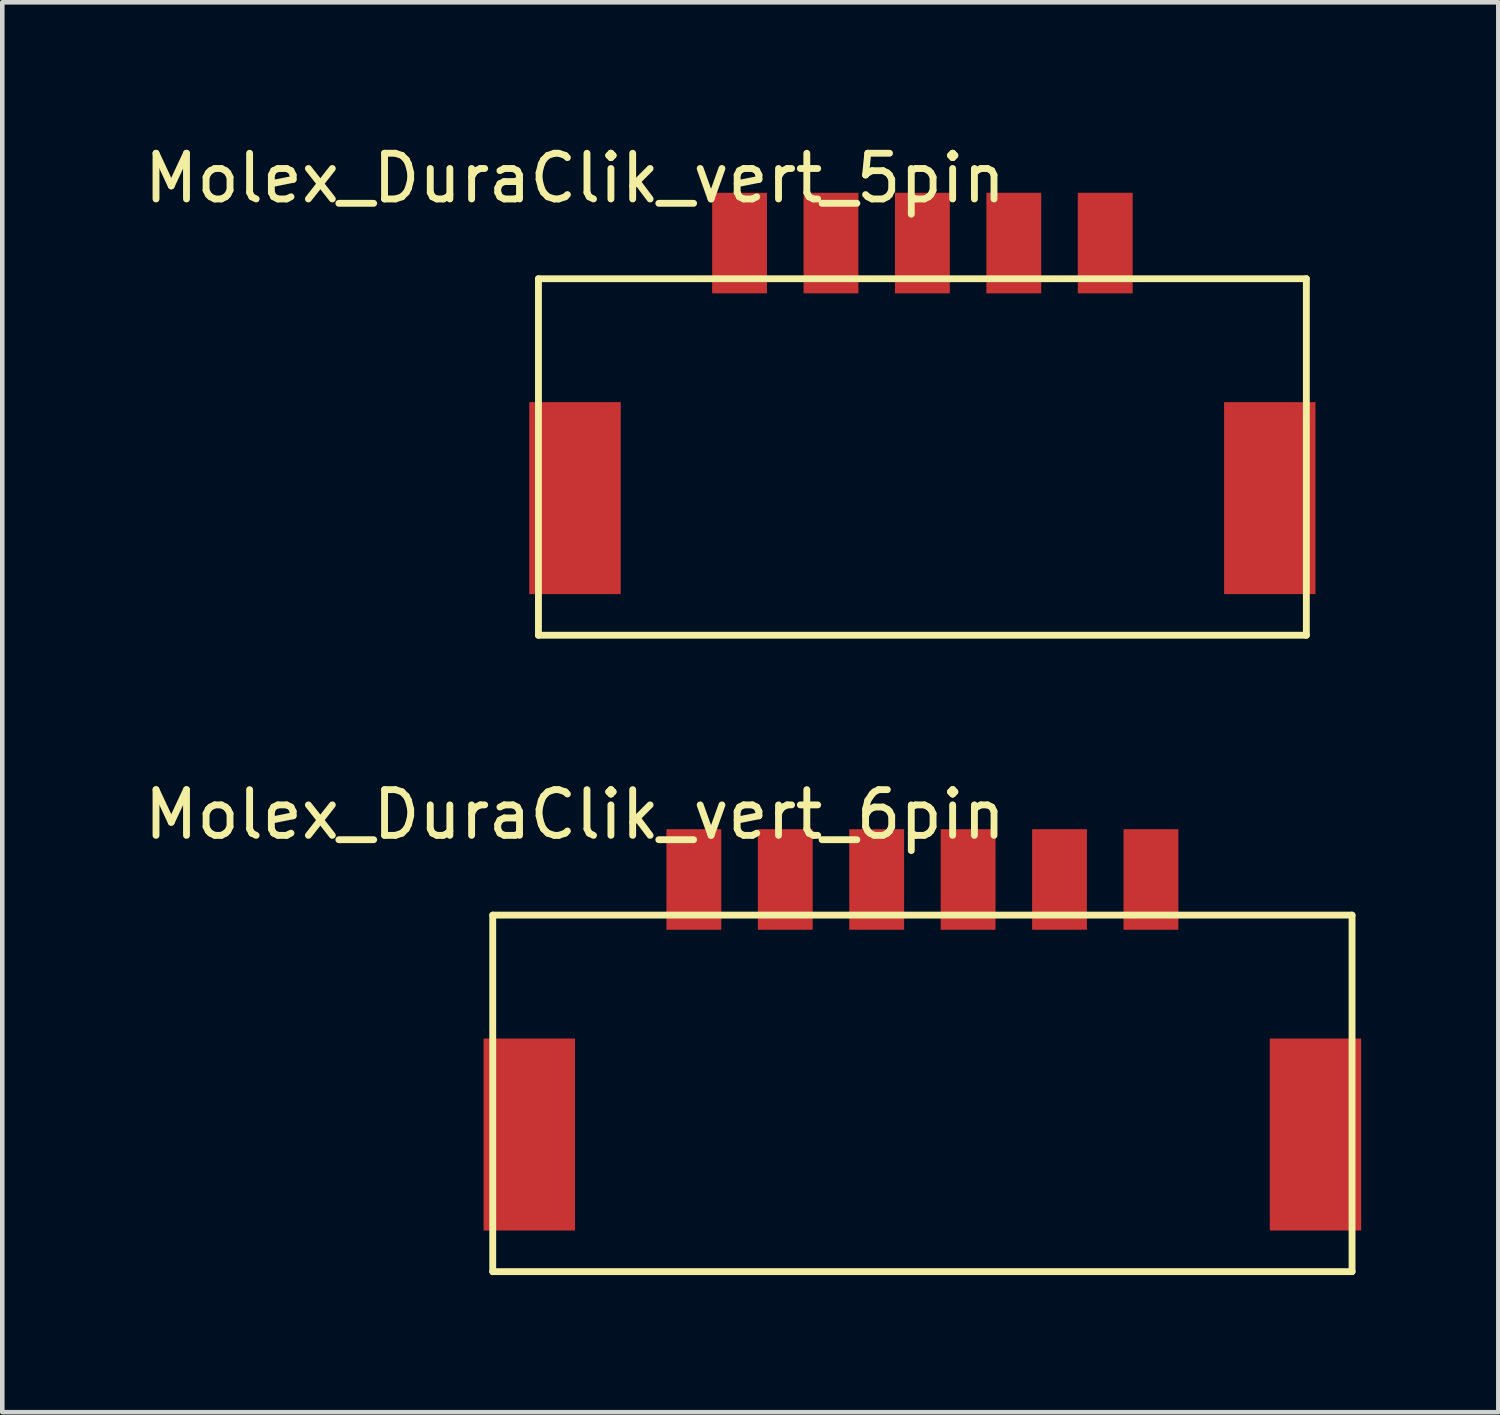
<source format=kicad_pcb>
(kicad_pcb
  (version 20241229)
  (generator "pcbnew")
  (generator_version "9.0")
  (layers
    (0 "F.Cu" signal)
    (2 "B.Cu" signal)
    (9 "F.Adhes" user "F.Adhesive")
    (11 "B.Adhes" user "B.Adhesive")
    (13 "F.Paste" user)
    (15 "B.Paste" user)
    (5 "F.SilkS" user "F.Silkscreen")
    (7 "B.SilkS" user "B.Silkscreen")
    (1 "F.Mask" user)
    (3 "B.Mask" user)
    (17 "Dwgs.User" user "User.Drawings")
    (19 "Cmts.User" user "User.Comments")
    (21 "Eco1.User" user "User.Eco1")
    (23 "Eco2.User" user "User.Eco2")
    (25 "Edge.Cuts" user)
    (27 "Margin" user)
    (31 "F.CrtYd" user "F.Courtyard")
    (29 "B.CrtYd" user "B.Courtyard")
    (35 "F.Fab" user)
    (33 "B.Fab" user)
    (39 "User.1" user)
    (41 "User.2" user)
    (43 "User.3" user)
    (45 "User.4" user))
  (footprint "Molex_DuraClik_vert_5pin"
    (layer "F.Cu")
    (at 17.13 7.848)
    (property "Reference" "Molex_DuraClik_vert_5pin" (at -7.6 -7 0) (layer "F.SilkS") (effects (font (size 1 1) (thickness 0.15))))
    (attr through_hole)
    (fp_line (start -8.4 -4.8) (end -8.4 3) (stroke (width 0.15) (type solid)) (layer "F.SilkS"))
    (fp_line (start -8.4 3) (end 8.4 3) (stroke (width 0.15) (type solid)) (layer "F.SilkS"))
    (fp_line (start 8.4 -4.8) (end -8.4 -4.8) (stroke (width 0.15) (type solid)) (layer "F.SilkS"))
    (fp_line (start 8.4 3) (end 8.4 -4.8) (stroke (width 0.15) (type solid)) (layer "F.SilkS"))
    (pad "" smd rect (at -7.6 0) (size 2 4.2) (layers "F.Cu" "F.Mask" "F.Paste"))
    (pad "" smd rect (at 7.6 0) (size 2 4.2) (layers "F.Cu" "F.Mask" "F.Paste"))
    (pad "1" smd rect (at 4 -5.58) (size 1.2 2.2) (layers "F.Cu" "F.Mask" "F.Paste"))
    (pad "2" smd rect (at 2 -5.58) (size 1.2 2.2) (layers "F.Cu" "F.Mask" "F.Paste"))
    (pad "3" smd rect (at 0 -5.58) (size 1.2 2.2) (layers "F.Cu" "F.Mask" "F.Paste"))
    (pad "4" smd rect (at -2 -5.58) (size 1.2 2.2) (layers "F.Cu" "F.Mask" "F.Paste"))
    (pad "5" smd rect (at -4 -5.58) (size 1.2 2.2) (layers "F.Cu" "F.Mask" "F.Paste")))
  (footprint "Molex_DuraClik_vert_6pin"
    (layer "F.Cu")
    (at 17.13 21.771)
    (property "Reference" "Molex_DuraClik_vert_6pin" (at -7.6 -7 0) (layer "F.SilkS") (effects (font (size 1 1) (thickness 0.15))))
    (attr through_hole)
    (fp_line (start -9.4 -4.8) (end -9.4 3) (stroke (width 0.15) (type solid)) (layer "F.SilkS"))
    (fp_line (start -9.4 3) (end 9.4 3) (stroke (width 0.15) (type solid)) (layer "F.SilkS"))
    (fp_line (start 9.4 -4.8) (end -9.4 -4.8) (stroke (width 0.15) (type solid)) (layer "F.SilkS"))
    (fp_line (start 9.4 3) (end 9.4 -4.8) (stroke (width 0.15) (type solid)) (layer "F.SilkS"))
    (pad "" smd rect (at -8.6 0) (size 2 4.2) (layers "F.Cu" "F.Mask" "F.Paste"))
    (pad "" smd rect (at 8.6 0) (size 2 4.2) (layers "F.Cu" "F.Mask" "F.Paste"))
    (pad "1" smd rect (at 5 -5.58) (size 1.2 2.2) (layers "F.Cu" "F.Mask" "F.Paste"))
    (pad "2" smd rect (at 3 -5.58) (size 1.2 2.2) (layers "F.Cu" "F.Mask" "F.Paste"))
    (pad "3" smd rect (at 1 -5.58) (size 1.2 2.2) (layers "F.Cu" "F.Mask" "F.Paste"))
    (pad "4" smd rect (at -1 -5.58) (size 1.2 2.2) (layers "F.Cu" "F.Mask" "F.Paste"))
    (pad "5" smd rect (at -3 -5.58) (size 1.2 2.2) (layers "F.Cu" "F.Mask" "F.Paste"))
    (pad "6" smd rect (at -5 -5.58) (size 1.2 2.2) (layers "F.Cu" "F.Mask" "F.Paste")))
  (gr_rect
    (start -3 -3)
    (end 29.73 27.846)
    (stroke (width 0.1) (type default))
    (fill no)
    (layer "Edge.Cuts")))
</source>
